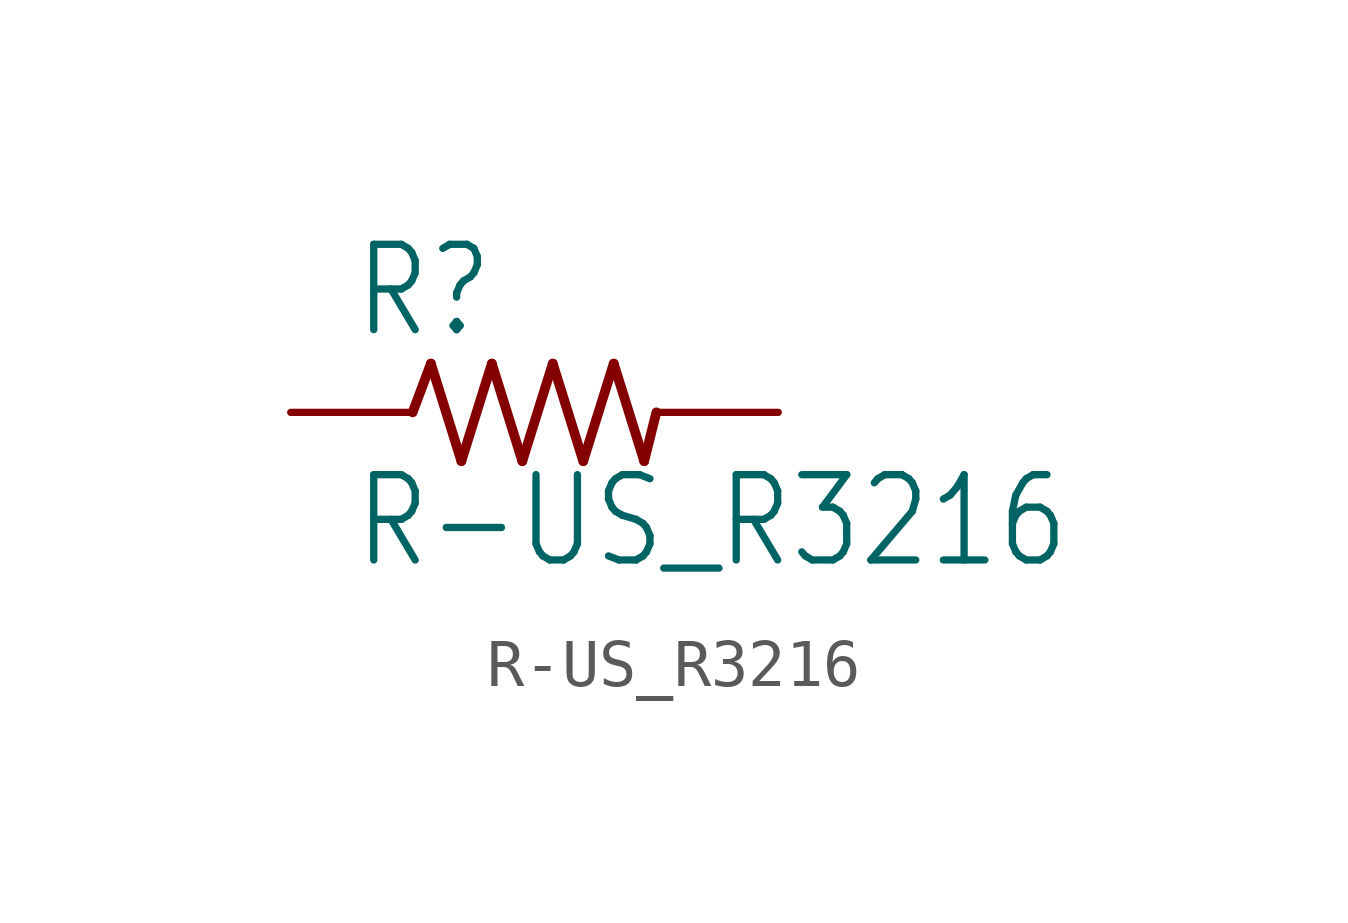
<source format=kicad_sym>
(kicad_symbol_lib
  (version 20201005)
  (generator kicad_symbol_editor)
  (symbol "R-US_R3216"
    (property "Reference" "R"
      (at -3.81 1.499 0)
      (effects (font (size 1.778 1.511)) (justify left bottom)))
    (property "Value" "R-US_R3216"
      (at -3.81 -3.302 0)
      (effects (font (size 1.778 1.511)) (justify left bottom)))
    (property "ki_locked" ""
      (at 0 0 0)
      (effects (font (size 1.27 1.27))))
    (symbol "R-US_R3216_1_0"
      (polyline (pts (xy -2.54 0) (xy -2.159 1.016)) (stroke (width 0.203)) (fill (type none)))
      (polyline (pts (xy -2.159 1.016) (xy -1.524 -1.016)) (stroke (width 0.203)) (fill (type none)))
      (polyline (pts (xy -1.524 -1.016) (xy -0.889 1.016)) (stroke (width 0.203)) (fill (type none)))
      (polyline (pts (xy -0.889 1.016) (xy -0.254 -1.016)) (stroke (width 0.203)) (fill (type none)))
      (polyline (pts (xy -0.254 -1.016) (xy 0.381 1.016)) (stroke (width 0.203)) (fill (type none)))
      (polyline (pts (xy 0.381 1.016) (xy 1.016 -1.016)) (stroke (width 0.203)) (fill (type none)))
      (polyline (pts (xy 1.016 -1.016) (xy 1.651 1.016)) (stroke (width 0.203)) (fill (type none)))
      (polyline (pts (xy 1.651 1.016) (xy 2.286 -1.016)) (stroke (width 0.203)) (fill (type none)))
      (polyline (pts (xy 2.286 -1.016) (xy 2.54 0)) (stroke (width 0.203)) (fill (type none)))
      (pin passive line (at 5.08 0 180) (length 2.54) (name "2" (effects (font (size 0 0)))) (number "2" (effects (font (size 0 0)))))
      (pin passive line (at -5.08 0 0) (length 2.54) (name "1" (effects (font (size 0 0)))) (number "1" (effects (font (size 0 0))))))))
</source>
